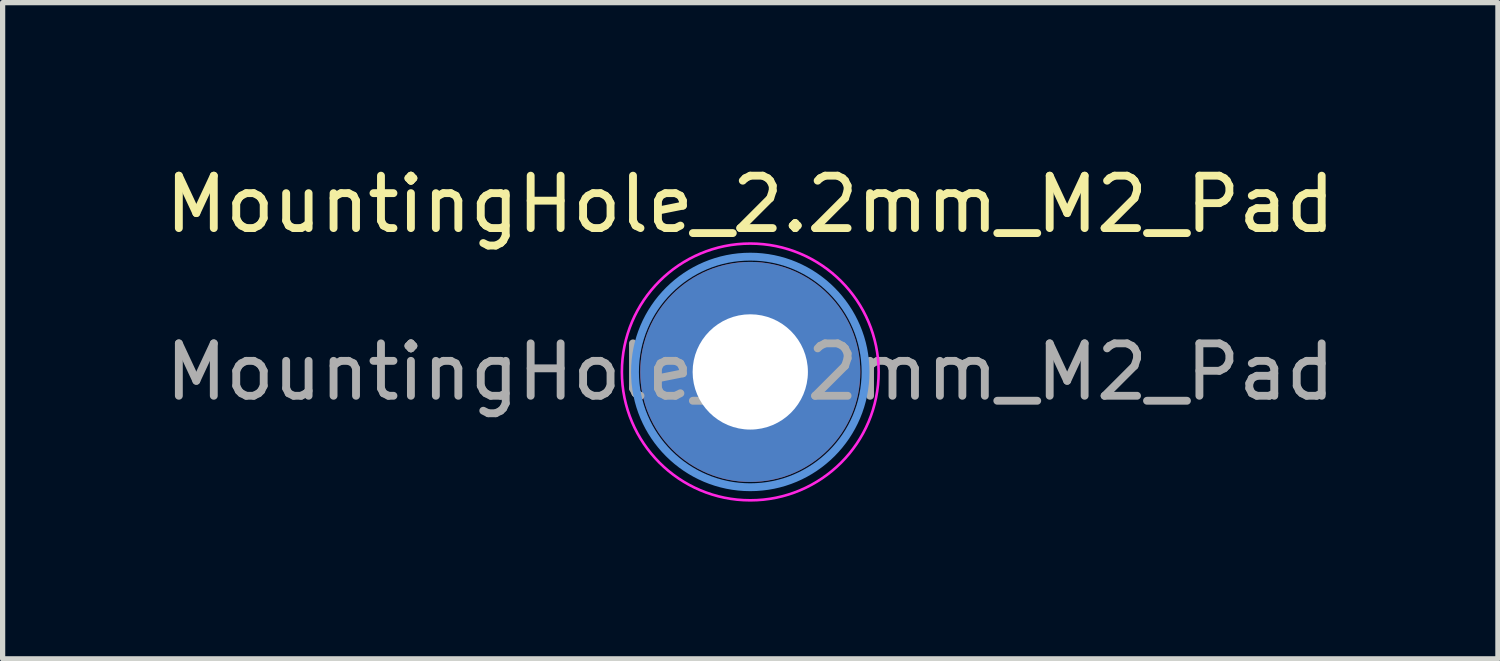
<source format=kicad_pcb>
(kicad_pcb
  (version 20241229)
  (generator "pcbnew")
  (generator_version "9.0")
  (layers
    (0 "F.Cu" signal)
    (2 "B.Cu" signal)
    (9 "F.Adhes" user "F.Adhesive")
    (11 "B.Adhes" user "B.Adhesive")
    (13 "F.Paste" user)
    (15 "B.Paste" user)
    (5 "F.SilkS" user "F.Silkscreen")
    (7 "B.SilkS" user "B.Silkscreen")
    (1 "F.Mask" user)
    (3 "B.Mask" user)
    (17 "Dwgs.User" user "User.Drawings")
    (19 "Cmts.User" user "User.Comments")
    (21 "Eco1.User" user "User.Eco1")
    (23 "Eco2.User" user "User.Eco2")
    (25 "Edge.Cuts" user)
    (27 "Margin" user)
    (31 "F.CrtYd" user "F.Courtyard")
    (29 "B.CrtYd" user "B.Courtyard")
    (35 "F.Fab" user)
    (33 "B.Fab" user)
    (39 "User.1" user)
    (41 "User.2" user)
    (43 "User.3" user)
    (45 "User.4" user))
  (footprint "MountingHole_2.2mm_M2_Pad"
    (layer "F.Cu")
    (at 11.268 4.048)
    (property "Reference" "MountingHole_2.2mm_M2_Pad" (at 0 -3.2 0) (layer "F.SilkS") (effects (font (size 1 1) (thickness 0.15))))
    (attr exclude_from_pos_files exclude_from_bom)
    (fp_circle (center 0 0) (end 2.2 0) (stroke (width 0.15) (type solid)) (fill no) (layer "Cmts.User"))
    (fp_circle (center 0 0) (end 2.45 0) (stroke (width 0.05) (type solid)) (fill no) (layer "F.CrtYd"))
    (fp_text user "${REFERENCE}" (at 0 0 0) (layer "F.Fab") (effects (font (size 1 1) (thickness 0.15))))
    (pad "1" thru_hole circle (at 0 0) (size 4.2 4.2) (drill 2.2) (layers "*.Cu" "*.Mask")))
  (gr_rect
    (start -3 -3)
    (end 25.536 9.523)
    (stroke (width 0.1) (type default))
    (fill no)
    (layer "Edge.Cuts")))
</source>
